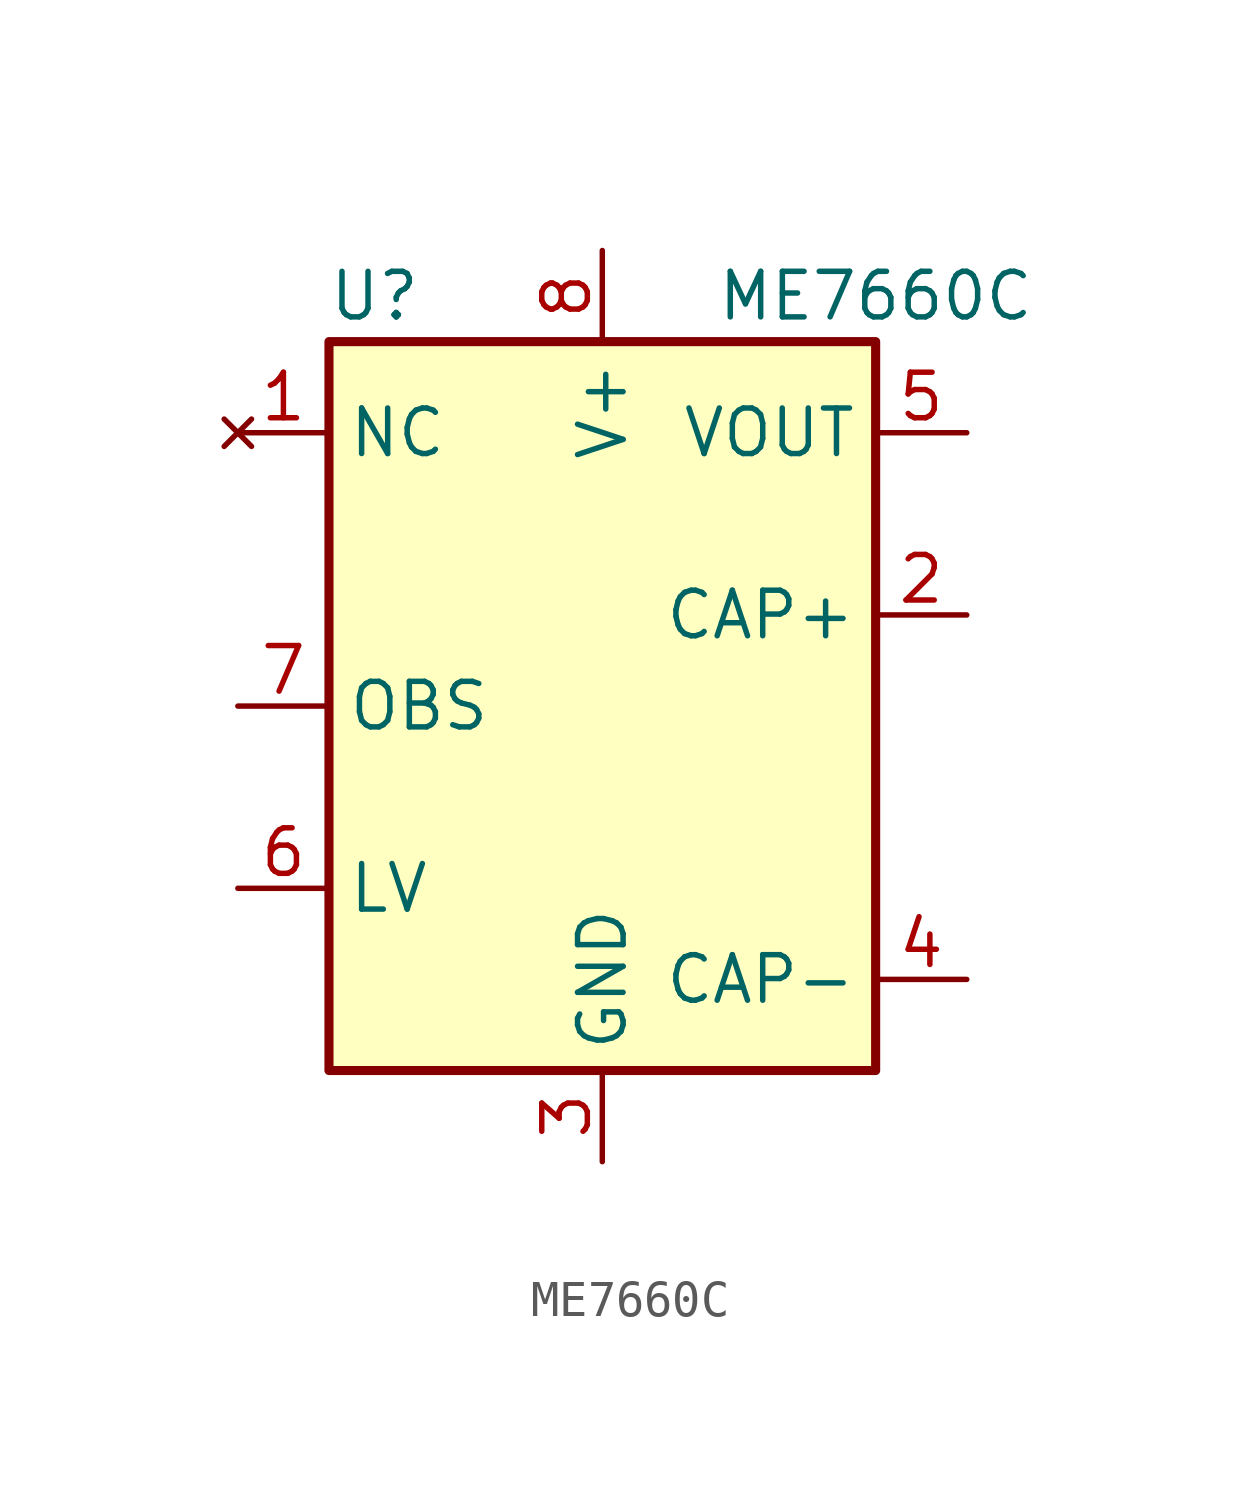
<source format=kicad_sym>
(kicad_symbol_lib
  (version 20211014)
  (generator kicad_symbol_editor)
  (symbol "ME7660C"
    (property "Reference" "U"
      (at -6.35 11.43 0)
      (effects (font (size 1.27 1.27))))
    (property "Value" "ME7660C"
      (at 7.62 11.43 0)
      (effects (font (size 1.27 1.27))))
    (symbol "ME7660C_0_1"
      (rectangle (start -7.62 10.16) (end 7.62 -10.16) (stroke (width 0.254) (type default) (color 0 0 0 0)) (fill (type background))))
    (symbol "ME7660C_1_1"
      (pin no_connect line (at -10.16 7.62 0) (length 2.54) (name "NC" (effects (font (size 1.27 1.27)))) (number "1" (effects (font (size 1.27 1.27)))))
      (pin passive line (at 10.16 2.54 180) (length 2.54) (name "CAP+" (effects (font (size 1.27 1.27)))) (number "2" (effects (font (size 1.27 1.27)))))
      (pin power_in line (at 0 -12.7 90) (length 2.54) (name "GND" (effects (font (size 1.27 1.27)))) (number "3" (effects (font (size 1.27 1.27)))))
      (pin passive line (at 10.16 -7.62 180) (length 2.54) (name "CAP-" (effects (font (size 1.27 1.27)))) (number "4" (effects (font (size 1.27 1.27)))))
      (pin power_out line (at 10.16 7.62 180) (length 2.54) (name "VOUT" (effects (font (size 1.27 1.27)))) (number "5" (effects (font (size 1.27 1.27)))))
      (pin input line (at -10.16 -5.08 0) (length 2.54) (name "LV" (effects (font (size 1.27 1.27)))) (number "6" (effects (font (size 1.27 1.27)))))
      (pin passive line (at -10.16 0 0) (length 2.54) (name "OBS" (effects (font (size 1.27 1.27)))) (number "7" (effects (font (size 1.27 1.27)))))
      (pin power_in line (at 0 12.7 270) (length 2.54) (name "V+" (effects (font (size 1.27 1.27)))) (number "8" (effects (font (size 1.27 1.27))))))))
</source>
